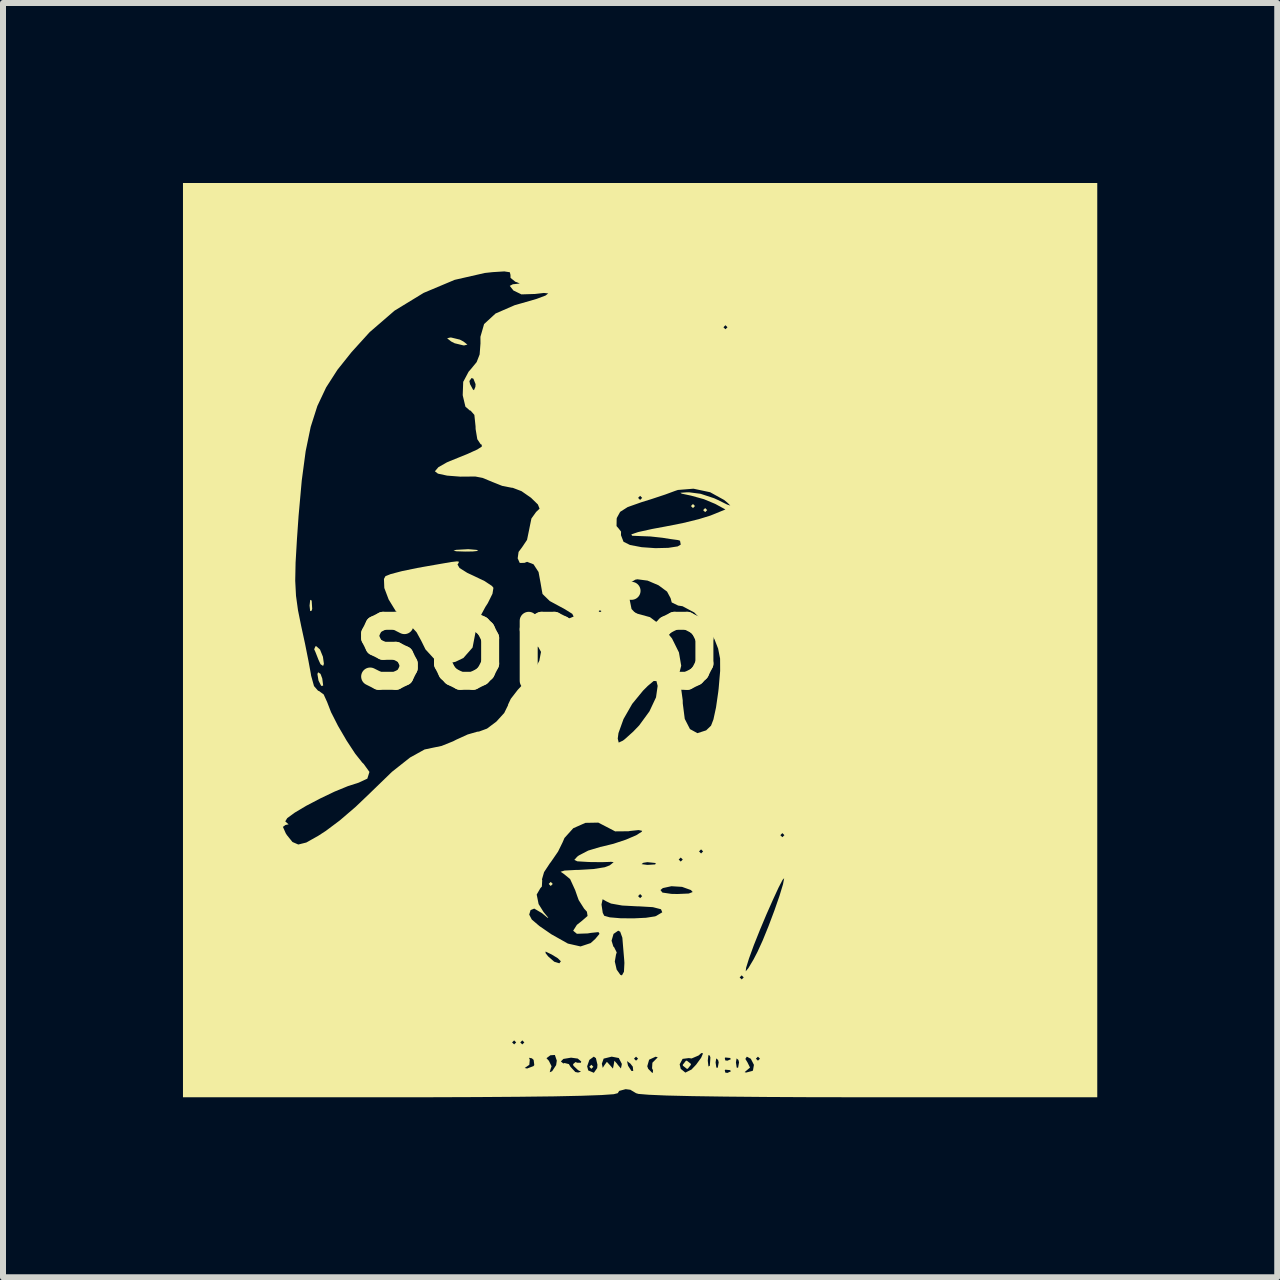
<source format=kicad_pcb>
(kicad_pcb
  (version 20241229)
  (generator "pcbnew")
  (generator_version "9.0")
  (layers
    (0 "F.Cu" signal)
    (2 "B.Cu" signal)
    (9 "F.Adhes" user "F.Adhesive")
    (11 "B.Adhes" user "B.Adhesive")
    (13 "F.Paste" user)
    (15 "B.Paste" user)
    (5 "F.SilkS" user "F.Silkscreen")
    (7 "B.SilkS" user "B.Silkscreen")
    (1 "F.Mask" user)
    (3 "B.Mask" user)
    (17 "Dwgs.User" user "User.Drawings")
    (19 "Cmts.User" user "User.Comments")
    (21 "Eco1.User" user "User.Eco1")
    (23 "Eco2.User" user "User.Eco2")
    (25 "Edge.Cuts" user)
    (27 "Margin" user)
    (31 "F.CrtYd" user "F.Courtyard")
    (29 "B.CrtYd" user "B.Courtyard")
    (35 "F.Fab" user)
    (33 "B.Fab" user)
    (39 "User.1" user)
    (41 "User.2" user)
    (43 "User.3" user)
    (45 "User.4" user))
  (footprint "sonfolk4"
    (layer "F.Cu")
    (at 7.62 7.62)
    (property "Reference" "sonfolk4" (at 0 0 0) (layer "F.SilkS") (effects (font (size 1.5 1.5) (thickness 0.3))))
    (attr board_only exclude_from_pos_files exclude_from_bom)
    (fp_poly (pts (xy -1.456 4.064) (xy -1.49 4.098) (xy -1.524 4.064) (xy -1.49 4.03)) (stroke (width 0) (type solid)) (fill yes) (layer "F.SilkS"))
    (fp_poly (pts (xy -0.779 7.112) (xy -0.813 7.146) (xy -0.847 7.112) (xy -0.813 7.078)) (stroke (width 0) (type solid)) (fill yes) (layer "F.SilkS"))
    (fp_poly (pts (xy 0.914 -2.235) (xy 0.881 -2.201) (xy 0.847 -2.235) (xy 0.881 -2.269)) (stroke (width 0) (type solid)) (fill yes) (layer "F.SilkS"))
    (fp_poly (pts (xy 1.118 -2.167) (xy 1.084 -2.134) (xy 1.05 -2.167) (xy 1.084 -2.201)) (stroke (width 0) (type solid)) (fill yes) (layer "F.SilkS"))
    (fp_poly (pts (xy -5.475 -0.66) (xy -5.466 -0.522) (xy -5.475 -0.491) (xy -5.5 -0.483) (xy -5.51 -0.576) (xy -5.499 -0.672)) (stroke (width 0) (type solid)) (fill yes) (layer "F.SilkS"))
    (fp_poly (pts (xy -5.327 0.563) (xy -5.298 0.641) (xy -5.283 0.759) (xy -5.316 0.763) (xy -5.361 0.674) (xy -5.379 0.566) (xy -5.368 0.536)) (stroke (width 0) (type solid)) (fill yes) (layer "F.SilkS"))
    (fp_poly (pts (xy -2.725 -1.504) (xy -2.698 -1.488) (xy -2.787 -1.478) (xy -2.913 -1.476) (xy -3.066 -1.481) (xy -3.111 -1.493) (xy -3.064 -1.505) (xy -2.864 -1.516)) (stroke (width 0) (type solid)) (fill yes) (layer "F.SilkS"))
    (fp_poly (pts (xy 0.845 7.062) (xy 0.847 7.078) (xy 0.795 7.144) (xy 0.779 7.146) (xy 0.713 7.094) (xy 0.711 7.078) (xy 0.763 7.012) (xy 0.779 7.01)) (stroke (width 0) (type solid)) (fill yes) (layer "F.SilkS"))
    (fp_poly (pts (xy -5.336 0.157) (xy -5.287 0.278) (xy -5.271 0.395) (xy -5.284 0.43) (xy -5.327 0.402) (xy -5.36 0.331) (xy -5.411 0.201) (xy -5.433 0.152) (xy -5.412 0.103) (xy -5.397 0.102)) (stroke (width 0) (type solid)) (fill yes) (layer "F.SilkS"))
    (fp_poly (pts (xy -3.005 -5.009) (xy -2.946 -4.978) (xy -2.879 -4.926) (xy -2.929 -4.913) (xy -2.946 -4.913) (xy -3.091 -4.948) (xy -3.15 -4.978) (xy -3.217 -5.031) (xy -3.167 -5.044) (xy -3.15 -5.044)) (stroke (width 0) (type solid)) (fill yes) (layer "F.SilkS"))
    (fp_poly (pts (xy -3.02 -1.307) (xy -3.027 -1.285) (xy -3.044 -1.26) (xy -3.01 -1.202) (xy -2.881 -1.121) (xy -2.778 -1.073) (xy -2.594 -0.985) (xy -2.47 -0.903) (xy -2.445 -0.872) (xy -2.461 -0.773) (xy -2.539 -0.616) (xy -2.579 -0.554) (xy -2.684 -0.359) (xy -2.74 -0.174) (xy -2.743 -0.135) (xy -2.793 0.124) (xy -2.946 0.298) (xy -3.077 0.361) (xy -3.249 0.395) (xy -3.39 0.34) (xy -3.444 0.301) (xy -3.578 0.154) (xy -3.649 0.01) (xy -3.727 -0.132) (xy -3.873 -0.289) (xy -3.925 -0.331) (xy -4.074 -0.485) (xy -4.192 -0.678) (xy -4.264 -0.869) (xy -4.27 -1.02) (xy -4.245 -1.066) (xy -4.157 -1.101) (xy -3.97 -1.15) (xy -3.719 -1.202) (xy -3.619 -1.22) (xy -3.328 -1.271) (xy -3.147 -1.302) (xy -3.052 -1.313)) (stroke (width 0) (type solid)) (fill yes) (layer "F.SilkS"))
    (fp_poly (pts (xy 7.62 -0.000001) (xy 7.62 7.62) (xy 3.797 7.62) (xy 2.888 7.619) (xy 2.095 7.615) (xy 1.421 7.609) (xy 0.869 7.601) (xy 0.441 7.591) (xy 0.141 7.578) (xy -0.028 7.564) (xy -0.068 7.552) (xy -0.163 7.495) (xy -0.241 7.485) (xy -0.349 7.514) (xy -0.373 7.552) (xy -0.44 7.569) (xy -0.641 7.583) (xy -0.973 7.595) (xy -1.435 7.605) (xy -2.025 7.612) (xy -2.74 7.617) (xy -3.579 7.62) (xy -3.996 7.62) (xy -7.62 7.62) (xy -7.62 7.132) (xy -1.924 7.132) (xy -1.884 7.141) (xy -1.778 7.101) (xy -1.764 7.083) (xy -1.775 6.997) (xy -1.804 6.971) (xy -1.814 6.969) (xy -1.561 6.969) (xy -1.521 7.012) (xy -1.476 7.104) (xy -1.492 7.149) (xy -1.507 7.203) (xy -1.467 7.186) (xy -1.4 7.084) (xy -1.391 7.023) (xy -1.321 7.023) (xy -1.28 7.057) (xy -1.26 7.049) (xy -1.188 7.067) (xy -1.161 7.112) (xy -1.08 7.199) (xy -1.035 7.208) (xy -0.985 7.194) (xy -1.033 7.169) (xy -1.102 7.104) (xy -0.883 7.104) (xy -0.865 7.173) (xy -0.771 7.212) (xy -0.716 7.133) (xy -0.711 7.078) (xy -0.715 7.061) (xy -0.638 7.061) (xy -0.623 7.13) (xy -0.596 7.087) (xy -0.554 7.029) (xy -0.501 7.087) (xy -0.453 7.142) (xy -0.44 7.078) (xy -0.429 7.011) (xy -0.384 7.061) (xy -0.373 7.078) (xy -0.32 7.14) (xy -0.306 7.076) (xy -0.306 7.061) (xy -0.329 7.017) (xy -0.218 7.017) (xy -0.204 7.085) (xy -0.199 7.098) (xy -0.145 7.181) (xy -0.115 7.182) (xy -0.122 7.11) (xy -0.128 7.103) (xy 0.119 7.103) (xy 0.135 7.146) (xy 0.199 7.211) (xy 0.211 7.214) (xy 0.215 7.169) (xy 0.199 7.138) (xy 0.203 7.071) (xy 0.659 7.071) (xy 0.677 7.146) (xy 0.754 7.209) (xy 0.836 7.168) (xy 1.411 7.168) (xy 1.42 7.209) (xy 1.456 7.214) (xy 1.484 7.201) (xy 1.742 7.201) (xy 1.767 7.208) (xy 1.871 7.181) (xy 1.881 7.173) (xy 1.897 7.08) (xy 1.845 6.978) (xy 1.842 6.977) (xy 1.93 6.977) (xy 1.964 7.01) (xy 1.998 6.977) (xy 1.964 6.943) (xy 1.93 6.977) (xy 1.842 6.977) (xy 1.779 6.943) (xy 1.754 6.981) (xy 1.789 7.038) (xy 1.832 7.125) (xy 1.781 7.168) (xy 1.742 7.201) (xy 1.484 7.201) (xy 1.512 7.189) (xy 1.501 7.168) (xy 1.421 7.16) (xy 1.411 7.168) (xy 0.836 7.168) (xy 0.855 7.159) (xy 0.933 7.077) (xy 0.982 7.01) (xy 1.128 7.01) (xy 1.139 7.107) (xy 1.162 7.095) (xy 1.166 7.039) (xy 1.258 7.039) (xy 1.271 7.126) (xy 1.294 7.128) (xy 1.31 7.039) (xy 1.597 7.039) (xy 1.61 7.126) (xy 1.633 7.128) (xy 1.649 7.037) (xy 1.638 6.998) (xy 1.608 6.972) (xy 1.597 7.039) (xy 1.31 7.039) (xy 1.31 7.037) (xy 1.299 6.998) (xy 1.269 6.972) (xy 1.258 7.039) (xy 1.166 7.039) (xy 1.171 6.965) (xy 1.411 6.965) (xy 1.42 7.006) (xy 1.456 7.01) (xy 1.512 6.986) (xy 1.501 6.965) (xy 1.421 6.957) (xy 1.411 6.965) (xy 1.171 6.965) (xy 1.171 6.956) (xy 1.162 6.926) (xy 1.138 6.917) (xy 1.128 7.01) (xy 0.982 7.01) (xy 1.017 6.962) (xy 1.049 6.888) (xy 1.021 6.883) (xy 0.974 6.924) (xy 0.859 6.973) (xy 0.811 6.967) (xy 0.708 6.98) (xy 0.659 7.071) (xy 0.203 7.071) (xy 0.205 7.044) (xy 0.245 7.004) (xy 0.294 6.954) (xy 0.258 6.944) (xy 0.15 6.994) (xy 0.119 7.103) (xy -0.128 7.103) (xy -0.161 7.06) (xy -0.218 7.017) (xy -0.329 7.017) (xy -0.35 6.977) (xy -0.102 6.977) (xy -0.068 7.01) (xy -0.034 6.977) (xy -0.068 6.943) (xy -0.102 6.977) (xy -0.35 6.977) (xy -0.355 6.966) (xy -0.474 6.943) (xy -0.608 6.976) (xy -0.638 7.061) (xy -0.715 7.061) (xy -0.737 6.968) (xy -0.772 6.943) (xy -0.846 6.997) (xy -0.883 7.104) (xy -1.102 7.104) (xy -1.111 7.096) (xy -1.118 7.068) (xy -1.076 7.033) (xy -1.05 7.044) (xy -0.987 7.044) (xy -0.982 7.023) (xy -1.04 6.975) (xy -1.151 6.96) (xy -1.279 6.981) (xy -1.321 7.023) (xy -1.391 7.023) (xy -1.389 7.009) (xy -1.421 6.915) (xy -1.496 6.92) (xy -1.561 6.969) (xy -1.814 6.969) (xy -1.852 6.962) (xy -1.839 6.994) (xy -1.847 7.079) (xy -1.879 7.101) (xy -1.924 7.132) (xy -7.62 7.132) (xy -7.62 6.706) (xy -2.134 6.706) (xy -2.1 6.739) (xy -2.066 6.706) (xy -1.998 6.706) (xy -1.964 6.739) (xy -1.93 6.706) (xy -1.964 6.672) (xy -1.998 6.706) (xy -2.066 6.706) (xy -2.1 6.672) (xy -2.134 6.706) (xy -7.62 6.706) (xy -7.62 5.622) (xy 1.659 5.622) (xy 1.693 5.656) (xy 1.727 5.622) (xy 1.693 5.588) (xy 1.659 5.622) (xy -7.62 5.622) (xy -7.62 5.217) (xy -1.576 5.217) (xy -1.533 5.272) (xy -1.431 5.361) (xy -1.346 5.387) (xy -1.321 5.353) (xy -1.373 5.302) (xy -1.473 5.241) (xy -1.576 5.191) (xy -1.576 5.217) (xy -7.62 5.217) (xy -7.62 4.575) (xy -1.849 4.575) (xy -1.806 4.657) (xy -1.68 4.765) (xy -1.478 4.904) (xy -1.204 5.058) (xy -0.993 5.106) (xy -0.824 5.05) (xy -0.78 5.01) (xy -0.476 5.01) (xy -0.446 5.108) (xy -0.434 5.118) (xy -0.39 5.206) (xy -0.402 5.242) (xy -0.422 5.357) (xy -0.391 5.492) (xy -0.329 5.58) (xy -0.303 5.588) (xy -0.27 5.529) (xy -0.269 5.52) (xy 1.76 5.52) (xy 1.761 5.52) (xy 1.806 5.465) (xy 1.89 5.324) (xy 1.956 5.197) (xy 2.042 5.009) (xy 2.141 4.766) (xy 2.239 4.505) (xy 2.324 4.26) (xy 2.382 4.069) (xy 2.401 3.968) (xy 2.374 3.997) (xy 2.308 4.124) (xy 2.216 4.323) (xy 2.108 4.566) (xy 1.998 4.828) (xy 1.897 5.081) (xy 1.891 5.097) (xy 1.814 5.309) (xy 1.767 5.461) (xy 1.76 5.52) (xy -0.269 5.52) (xy -0.262 5.381) (xy -0.265 5.334) (xy -0.282 5.133) (xy -0.295 4.975) (xy -0.296 4.961) (xy -0.332 4.861) (xy -0.365 4.843) (xy -0.443 4.897) (xy -0.476 5.01) (xy -0.78 5.01) (xy -0.748 4.981) (xy -0.677 4.896) (xy -0.694 4.867) (xy -0.82 4.88) (xy -0.873 4.889) (xy -1.054 4.895) (xy -1.116 4.844) (xy -1.054 4.746) (xy -0.973 4.682) (xy -0.876 4.598) (xy -0.887 4.527) (xy -0.934 4.475) (xy -0.974 4.412) (xy -0.643 4.412) (xy -0.623 4.546) (xy -0.598 4.595) (xy -0.506 4.621) (xy -0.327 4.636) (xy -0.11 4.638) (xy 0.098 4.628) (xy 0.247 4.605) (xy 0.265 4.599) (xy 0.369 4.537) (xy 0.348 4.486) (xy 0.212 4.451) (xy -0.03 4.437) (xy -0.054 4.437) (xy -0.299 4.424) (xy -0.485 4.391) (xy -0.562 4.355) (xy -0.625 4.319) (xy -0.643 4.402) (xy -0.643 4.412) (xy -0.974 4.412) (xy -1.024 4.333) (xy -1.048 4.267) (xy -0.034 4.267) (xy -0.000001 4.301) (xy 0.034 4.267) (xy -0.000001 4.233) (xy -0.034 4.267) (xy -1.048 4.267) (xy -1.083 4.166) (xy 0.339 4.166) (xy 0.372 4.208) (xy 0.521 4.23) (xy 0.623 4.232) (xy 0.811 4.224) (xy 0.876 4.199) (xy 0.847 4.166) (xy 0.699 4.113) (xy 0.522 4.102) (xy 0.379 4.133) (xy 0.339 4.166) (xy -1.083 4.166) (xy -1.085 4.162) (xy -1.167 3.983) (xy -1.276 3.894) (xy -1.325 3.861) (xy -1.26 3.841) (xy -1.074 3.831) (xy -1.016 3.83) (xy -0.78 3.816) (xy -0.59 3.786) (xy -0.508 3.755) (xy -0.481 3.734) (xy 0.024 3.734) (xy 0.114 3.746) (xy 0.135 3.746) (xy 0.251 3.739) (xy 0.261 3.717) (xy 0.255 3.715) (xy 0.121 3.701) (xy 0.052 3.712) (xy 0.024 3.734) (xy -0.481 3.734) (xy -0.441 3.701) (xy -0.489 3.695) (xy -0.508 3.697) (xy -0.639 3.701) (xy -0.835 3.699) (xy -0.881 3.697) (xy -1.047 3.687) (xy -1.097 3.663) (xy -1.092 3.658) (xy 0.643 3.658) (xy 0.677 3.691) (xy 0.711 3.658) (xy 0.677 3.624) (xy 0.643 3.658) (xy -1.092 3.658) (xy -1.049 3.61) (xy -1.021 3.589) (xy -0.892 3.522) (xy 0.982 3.522) (xy 1.016 3.556) (xy 1.05 3.522) (xy 1.016 3.488) (xy 0.982 3.522) (xy -0.892 3.522) (xy -0.865 3.508) (xy -0.662 3.447) (xy -0.649 3.445) (xy -0.445 3.395) (xy -0.237 3.326) (xy -0.066 3.253) (xy -0.063 3.251) (xy 2.337 3.251) (xy 2.371 3.285) (xy 2.405 3.251) (xy 2.371 3.217) (xy 2.337 3.251) (xy -0.063 3.251) (xy 0.027 3.194) (xy 0.034 3.179) (xy -0.024 3.166) (xy -0.167 3.181) (xy -0.193 3.186) (xy -0.416 3.188) (xy -0.515 3.136) (xy -0.697 3.042) (xy -0.912 3.046) (xy -1.115 3.136) (xy -1.261 3.298) (xy -1.291 3.368) (xy -1.368 3.525) (xy -1.489 3.701) (xy -1.503 3.718) (xy -1.601 3.867) (xy -1.636 3.987) (xy -1.632 4.004) (xy -1.638 4.108) (xy -1.662 4.134) (xy -1.724 4.241) (xy -1.692 4.4) (xy -1.609 4.533) (xy -1.53 4.628) (xy -1.543 4.628) (xy -1.636 4.551) (xy -1.765 4.475) (xy -1.826 4.5) (xy -1.849 4.575) (xy -7.62 4.575) (xy -7.62 3.113) (xy -5.954 3.113) (xy -5.907 3.22) (xy -5.887 3.251) (xy -5.795 3.365) (xy -5.698 3.407) (xy -5.565 3.374) (xy -5.367 3.263) (xy -5.239 3.18) (xy -5.008 3.007) (xy -4.743 2.78) (xy -4.498 2.546) (xy -4.485 2.533) (xy -4.136 2.195) (xy -3.835 1.957) (xy -3.593 1.823) (xy -3.461 1.795) (xy -3.31 1.764) (xy -3.116 1.686) (xy -3.064 1.659) (xy -3.026 1.642) (xy -0.373 1.642) (xy -0.357 1.708) (xy -0.288 1.676) (xy -0.255 1.651) (xy -0.115 1.525) (xy -0.016 1.422) (xy 0.155 1.188) (xy 0.265 0.954) (xy 0.292 0.764) (xy 0.292 0.762) (xy 0.272 0.683) (xy 0.226 0.681) (xy 0.128 0.763) (xy 0.049 0.842) (xy -0.132 1.063) (xy -0.277 1.316) (xy -0.361 1.55) (xy -0.373 1.642) (xy -3.026 1.642) (xy -2.875 1.573) (xy -2.716 1.527) (xy -2.685 1.524) (xy -2.552 1.475) (xy -2.396 1.358) (xy -2.265 1.214) (xy -2.202 1.086) (xy -2.201 1.074) (xy -2.156 0.979) (xy -2.04 0.829) (xy -1.93 0.711) (xy -1.776 0.524) (xy -1.68 0.343) (xy -1.652 0.196) (xy -1.699 0.112) (xy -1.748 0.102) (xy -1.87 0.057) (xy -1.915 0.022) (xy -1.927 -0.063) (xy -1.831 -0.158) (xy -1.65 -0.249) (xy -1.41 -0.321) (xy -1.325 -0.338) (xy -1.175 -0.365) (xy -1.108 -0.393) (xy -1.131 -0.438) (xy -1.206 -0.485) (xy -0.689 -0.485) (xy -0.679 -0.445) (xy -0.643 -0.44) (xy -0.588 -0.465) (xy -0.598 -0.485) (xy -0.679 -0.494) (xy -0.689 -0.485) (xy -1.206 -0.485) (xy -1.254 -0.515) (xy -1.487 -0.641) (xy -1.507 -0.652) (xy -1.627 -0.769) (xy -1.641 -0.846) (xy -0.188 -0.846) (xy -0.181 -0.707) (xy -0.143 -0.519) (xy -0.073 -0.444) (xy -0.044 -0.44) (xy 0.164 -0.383) (xy 0.363 -0.234) (xy 0.532 -0.027) (xy 0.647 0.205) (xy 0.685 0.427) (xy 0.65 0.564) (xy 0.613 0.7) (xy 0.643 0.745) (xy 0.687 0.834) (xy 0.71 1.002) (xy 0.711 1.055) (xy 0.744 1.313) (xy 0.831 1.483) (xy 0.955 1.551) (xy 1.101 1.504) (xy 1.182 1.426) (xy 1.222 1.322) (xy 1.265 1.123) (xy 1.302 0.866) (xy 1.309 0.807) (xy 1.334 0.514) (xy 1.333 0.308) (xy 1.3 0.141) (xy 1.24 -0.013) (xy 1.09 -0.267) (xy 0.902 -0.461) (xy 0.707 -0.565) (xy 0.634 -0.576) (xy 0.527 -0.628) (xy 0.508 -0.699) (xy 0.449 -0.809) (xy 0.305 -0.915) (xy 0.124 -0.992) (xy -0.045 -1.014) (xy -0.079 -1.008) (xy -0.161 -0.959) (xy -0.188 -0.846) (xy -1.641 -0.846) (xy -1.659 -0.951) (xy -1.693 -1.135) (xy -1.777 -1.264) (xy -1.884 -1.305) (xy -1.928 -1.288) (xy -2.006 -1.286) (xy -2.041 -1.363) (xy -2.026 -1.47) (xy -1.969 -1.546) (xy -1.885 -1.671) (xy -1.848 -1.85) (xy -1.838 -1.901) (xy -0.393 -1.901) (xy -0.36 -1.863) (xy -0.318 -1.809) (xy -0.319 -1.749) (xy -0.277 -1.64) (xy -0.169 -1.586) (xy 0.026 -1.549) (xy 0.254 -1.533) (xy 0.469 -1.538) (xy 0.626 -1.562) (xy 0.677 -1.592) (xy 0.665 -1.657) (xy 0.631 -1.668) (xy 0.497 -1.686) (xy 0.373 -1.706) (xy 0.17 -1.728) (xy 0.008 -1.734) (xy -0.134 -1.74) (xy -0.146 -1.763) (xy -0.033 -1.801) (xy 0.202 -1.853) (xy 0.418 -1.893) (xy 0.708 -1.95) (xy 0.977 -2.016) (xy 1.172 -2.076) (xy 1.189 -2.083) (xy 1.422 -2.178) (xy 1.253 -2.27) (xy 1.064 -2.349) (xy 0.847 -2.409) (xy 0.847 -2.409) (xy 0.695 -2.441) (xy 0.671 -2.456) (xy 0.769 -2.463) (xy 0.815 -2.464) (xy 1.008 -2.439) (xy 1.233 -2.365) (xy 1.29 -2.339) (xy 1.45 -2.26) (xy 1.504 -2.242) (xy 1.463 -2.284) (xy 1.401 -2.336) (xy 1.167 -2.465) (xy 0.889 -2.524) (xy 0.63 -2.503) (xy 0.582 -2.487) (xy 0.419 -2.427) (xy 0.187 -2.35) (xy 0.023 -2.299) (xy -0.207 -2.218) (xy -0.333 -2.138) (xy -0.387 -2.039) (xy -0.391 -2.023) (xy -0.393 -1.901) (xy -1.838 -1.901) (xy -1.812 -2.027) (xy -1.734 -2.136) (xy -1.676 -2.191) (xy -1.704 -2.261) (xy -1.816 -2.37) (xy -1.816 -2.371) (xy -0.034 -2.371) (xy -0.000001 -2.337) (xy 0.034 -2.371) (xy -0.000001 -2.405) (xy -0.034 -2.371) (xy -1.816 -2.371) (xy -1.977 -2.483) (xy -2.124 -2.539) (xy -2.141 -2.54) (xy -2.299 -2.571) (xy -2.462 -2.636) (xy -2.626 -2.704) (xy -2.747 -2.727) (xy -2.997 -2.725) (xy -3.217 -2.742) (xy -3.37 -2.775) (xy -3.421 -2.814) (xy -3.363 -2.882) (xy -3.221 -2.963) (xy -3.167 -2.986) (xy -2.885 -3.1) (xy -2.715 -3.177) (xy -2.639 -3.226) (xy -2.64 -3.257) (xy -2.659 -3.266) (xy -2.714 -3.349) (xy -2.742 -3.518) (xy -2.743 -3.562) (xy -2.763 -3.754) (xy -2.826 -3.826) (xy -2.838 -3.827) (xy -2.912 -3.891) (xy -2.955 -4.072) (xy -2.957 -4.086) (xy -2.949 -4.306) (xy -2.941 -4.319) (xy -2.846 -4.319) (xy -2.835 -4.267) (xy -2.787 -4.178) (xy -2.77 -4.166) (xy -2.746 -4.221) (xy -2.743 -4.267) (xy -2.779 -4.357) (xy -2.809 -4.369) (xy -2.846 -4.319) (xy -2.941 -4.319) (xy -2.859 -4.474) (xy -2.829 -4.508) (xy -2.725 -4.634) (xy -2.675 -4.762) (xy -2.661 -4.946) (xy -2.662 -5.056) (xy -2.616 -5.215) (xy 1.389 -5.215) (xy 1.422 -5.182) (xy 1.456 -5.215) (xy 1.422 -5.249) (xy 1.389 -5.215) (xy -2.616 -5.215) (xy -2.601 -5.268) (xy -2.41 -5.444) (xy -2.088 -5.584) (xy -1.97 -5.617) (xy -1.725 -5.688) (xy -1.576 -5.744) (xy -1.532 -5.779) (xy -1.603 -5.787) (xy -1.752 -5.77) (xy -1.978 -5.763) (xy -2.112 -5.828) (xy -2.173 -5.905) (xy -2.121 -5.932) (xy -2.088 -5.935) (xy -2.006 -5.945) (xy -2.056 -5.966) (xy -2.079 -5.973) (xy -2.16 -6.038) (xy -2.161 -6.088) (xy -2.172 -6.132) (xy -2.264 -6.146) (xy -2.457 -6.134) (xy -2.588 -6.12) (xy -3.092 -6.005) (xy -3.608 -5.788) (xy -4.093 -5.492) (xy -4.504 -5.137) (xy -4.515 -5.126) (xy -4.809 -4.802) (xy -5.046 -4.505) (xy -5.234 -4.212) (xy -5.38 -3.903) (xy -5.491 -3.555) (xy -5.575 -3.149) (xy -5.64 -2.662) (xy -5.693 -2.072) (xy -5.72 -1.686) (xy -5.743 -1.291) (xy -5.749 -0.99) (xy -5.736 -0.739) (xy -5.703 -0.499) (xy -5.65 -0.237) (xy -5.585 0.062) (xy -5.529 0.343) (xy -5.49 0.555) (xy -5.484 0.593) (xy -5.436 0.766) (xy -5.367 0.845) (xy -5.355 0.847) (xy -5.275 0.905) (xy -5.217 1.033) (xy -5.152 1.201) (xy -5.036 1.429) (xy -4.893 1.674) (xy -4.75 1.892) (xy -4.631 2.042) (xy -4.606 2.066) (xy -4.512 2.197) (xy -4.547 2.309) (xy -4.691 2.376) (xy -4.869 2.433) (xy -5.093 2.525) (xy -5.333 2.64) (xy -5.564 2.761) (xy -5.756 2.875) (xy -5.882 2.967) (xy -5.915 3.021) (xy -5.911 3.025) (xy -5.859 3.071) (xy -5.911 3.081) (xy -5.954 3.113) (xy -7.62 3.113) (xy -7.62 -0.000001) (xy -7.62 -7.62) (xy -0.000001 -7.62) (xy 7.62 -7.62)) (stroke (width 0) (type solid)) (fill yes) (layer "F.SilkS")))
  (gr_rect
    (start -3 -3)
    (end 18.24 18.24)
    (stroke (width 0.1) (type default))
    (fill no)
    (layer "Edge.Cuts")))
</source>
